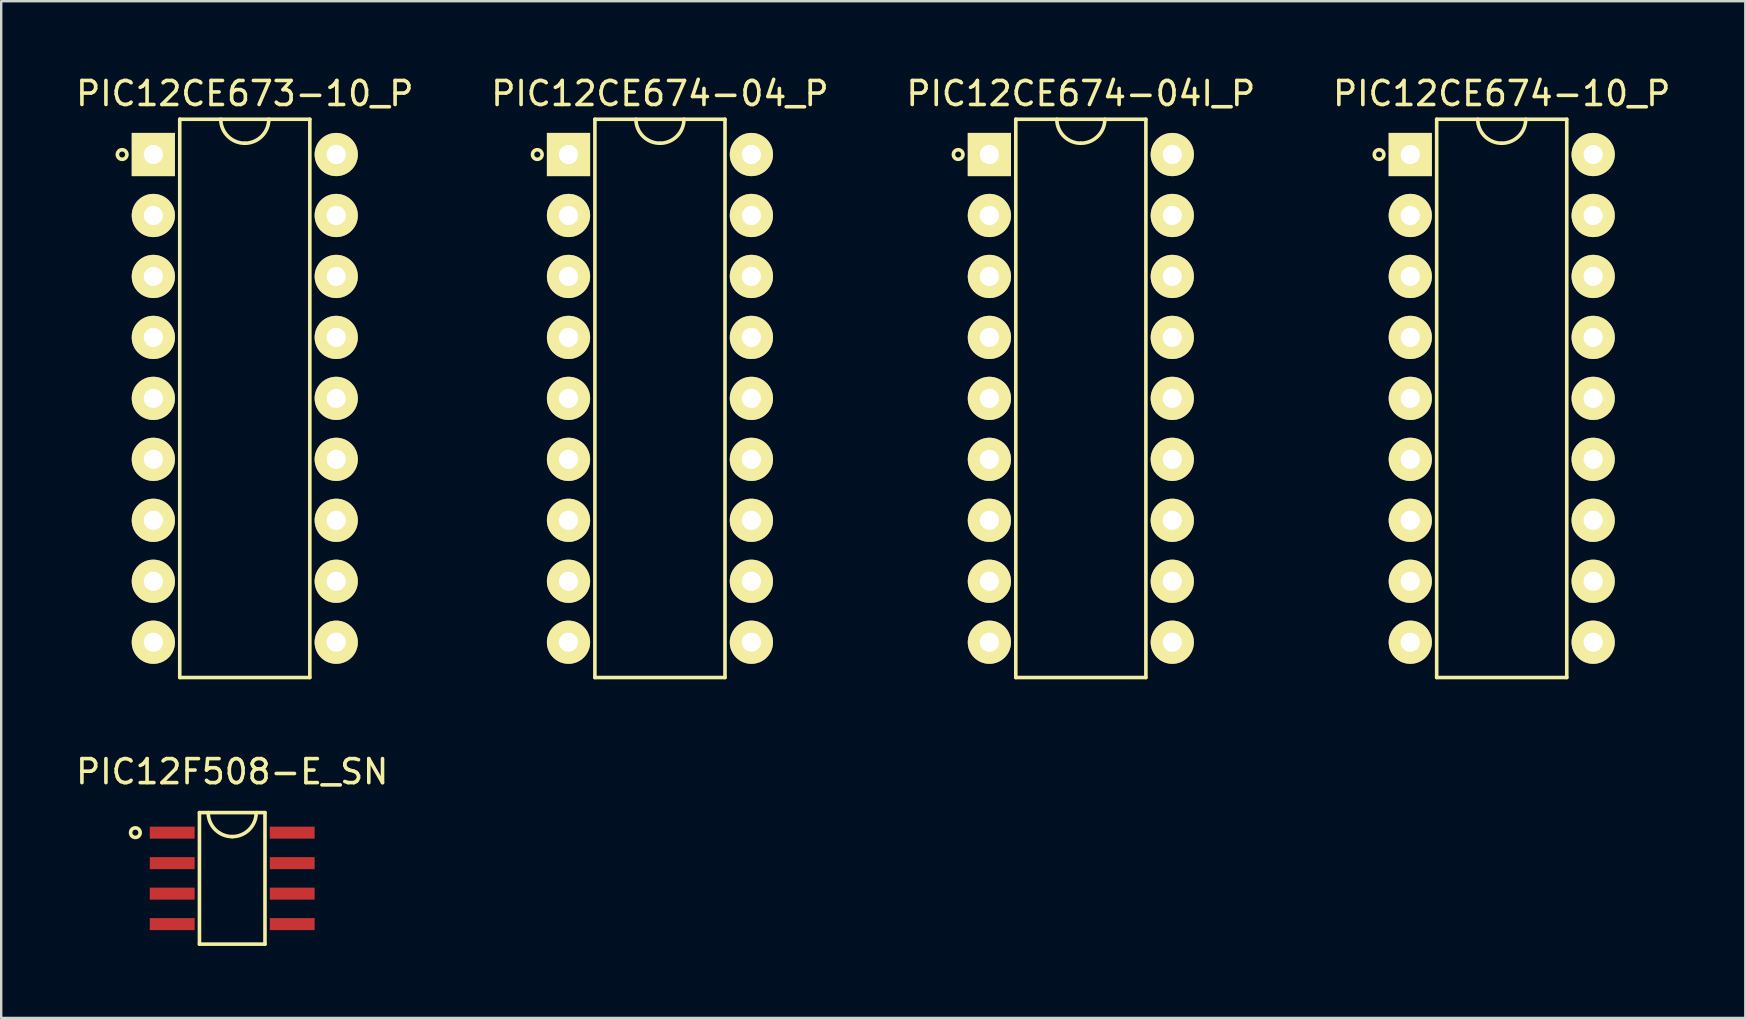
<source format=kicad_pcb>
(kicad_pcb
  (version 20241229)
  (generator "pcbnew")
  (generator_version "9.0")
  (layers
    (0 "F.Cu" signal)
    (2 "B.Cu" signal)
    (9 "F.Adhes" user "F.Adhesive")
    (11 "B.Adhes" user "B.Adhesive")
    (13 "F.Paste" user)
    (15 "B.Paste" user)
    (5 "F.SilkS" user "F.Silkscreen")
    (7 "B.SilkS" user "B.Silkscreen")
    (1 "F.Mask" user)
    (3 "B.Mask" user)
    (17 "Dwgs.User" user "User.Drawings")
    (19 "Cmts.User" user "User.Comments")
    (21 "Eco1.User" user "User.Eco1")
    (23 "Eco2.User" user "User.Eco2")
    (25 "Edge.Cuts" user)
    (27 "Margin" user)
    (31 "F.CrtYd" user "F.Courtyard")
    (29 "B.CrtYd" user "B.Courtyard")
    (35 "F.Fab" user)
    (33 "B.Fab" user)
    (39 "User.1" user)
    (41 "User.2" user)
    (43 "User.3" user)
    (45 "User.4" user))
  (footprint "PIC12CE674-10_P"
    (layer "F.Cu")
    (at 55.708 3.388)
    (property "Reference" "PIC12CE674-10_P" (at 3.81 -2.54 0) (layer "F.SilkS") (effects (font (size 1 1) (thickness 0.15))))
    (attr through_hole)
    (fp_line (start 1.1 -1.47) (end 6.52 -1.47) (stroke (width 0.15) (type solid)) (layer "F.SilkS"))
    (fp_line (start 1.1 21.79) (end 1.1 -1.47) (stroke (width 0.15) (type solid)) (layer "F.SilkS"))
    (fp_line (start 6.52 -1.47) (end 6.52 21.79) (stroke (width 0.15) (type solid)) (layer "F.SilkS"))
    (fp_line (start 6.52 21.79) (end 1.1 21.79) (stroke (width 0.15) (type solid)) (layer "F.SilkS"))
    (fp_arc (start 3.81 -0.47) (mid 3.102893 -0.762893) (end 2.81 -1.47) (stroke (width 0.15) (type solid)) (layer "F.SilkS"))
    (fp_arc (start 4.81 -1.47) (mid 4.517107 -0.762893) (end 3.81 -0.47) (stroke (width 0.15) (type solid)) (layer "F.SilkS"))
    (fp_circle (center -1.3 0) (end -1.3 0.2) (stroke (width 0.15) (type solid)) (fill no) (layer "F.SilkS"))
    (pad "1" thru_hole rect (at 0 0) (size 1.8 1.8) (drill 0.8) (layers "*.Cu" "*.Mask" "F.SilkS"))
    (pad "2" thru_hole circle (at 0 2.54) (size 1.8 1.8) (drill 0.8) (layers "*.Cu" "*.Mask" "F.SilkS"))
    (pad "3" thru_hole circle (at 0 5.08) (size 1.8 1.8) (drill 0.8) (layers "*.Cu" "*.Mask" "F.SilkS"))
    (pad "4" thru_hole circle (at 0 7.62) (size 1.8 1.8) (drill 0.8) (layers "*.Cu" "*.Mask" "F.SilkS"))
    (pad "5" thru_hole circle (at 0 10.16) (size 1.8 1.8) (drill 0.8) (layers "*.Cu" "*.Mask" "F.SilkS"))
    (pad "6" thru_hole circle (at 0 12.7) (size 1.8 1.8) (drill 0.8) (layers "*.Cu" "*.Mask" "F.SilkS"))
    (pad "7" thru_hole circle (at 0 15.24) (size 1.8 1.8) (drill 0.8) (layers "*.Cu" "*.Mask" "F.SilkS"))
    (pad "8" thru_hole circle (at 0 17.78) (size 1.8 1.8) (drill 0.8) (layers "*.Cu" "*.Mask" "F.SilkS"))
    (pad "9" thru_hole circle (at 0 20.32) (size 1.8 1.8) (drill 0.8) (layers "*.Cu" "*.Mask" "F.SilkS"))
    (pad "10" thru_hole circle (at 7.62 20.32) (size 1.8 1.8) (drill 0.8) (layers "*.Cu" "*.Mask" "F.SilkS"))
    (pad "11" thru_hole circle (at 7.62 17.78) (size 1.8 1.8) (drill 0.8) (layers "*.Cu" "*.Mask" "F.SilkS"))
    (pad "12" thru_hole circle (at 7.62 15.24) (size 1.8 1.8) (drill 0.8) (layers "*.Cu" "*.Mask" "F.SilkS"))
    (pad "13" thru_hole circle (at 7.62 12.7) (size 1.8 1.8) (drill 0.8) (layers "*.Cu" "*.Mask" "F.SilkS"))
    (pad "14" thru_hole circle (at 7.62 10.16) (size 1.8 1.8) (drill 0.8) (layers "*.Cu" "*.Mask" "F.SilkS"))
    (pad "15" thru_hole circle (at 7.62 7.62) (size 1.8 1.8) (drill 0.8) (layers "*.Cu" "*.Mask" "F.SilkS"))
    (pad "16" thru_hole circle (at 7.62 5.08) (size 1.8 1.8) (drill 0.8) (layers "*.Cu" "*.Mask" "F.SilkS"))
    (pad "17" thru_hole circle (at 7.62 2.54) (size 1.8 1.8) (drill 0.8) (layers "*.Cu" "*.Mask" "F.SilkS"))
    (pad "18" thru_hole circle (at 7.62 0) (size 1.8 1.8) (drill 0.8) (layers "*.Cu" "*.Mask" "F.SilkS")))
  (footprint "PIC12CE673-10_P"
    (layer "F.Cu")
    (at 3.339 3.388)
    (property "Reference" "PIC12CE673-10_P" (at 3.81 -2.54 0) (layer "F.SilkS") (effects (font (size 1 1) (thickness 0.15))))
    (attr through_hole)
    (fp_line (start 1.1 -1.47) (end 6.52 -1.47) (stroke (width 0.15) (type solid)) (layer "F.SilkS"))
    (fp_line (start 1.1 21.79) (end 1.1 -1.47) (stroke (width 0.15) (type solid)) (layer "F.SilkS"))
    (fp_line (start 6.52 -1.47) (end 6.52 21.79) (stroke (width 0.15) (type solid)) (layer "F.SilkS"))
    (fp_line (start 6.52 21.79) (end 1.1 21.79) (stroke (width 0.15) (type solid)) (layer "F.SilkS"))
    (fp_arc (start 3.81 -0.47) (mid 3.102893 -0.762893) (end 2.81 -1.47) (stroke (width 0.15) (type solid)) (layer "F.SilkS"))
    (fp_arc (start 4.81 -1.47) (mid 4.517107 -0.762893) (end 3.81 -0.47) (stroke (width 0.15) (type solid)) (layer "F.SilkS"))
    (fp_circle (center -1.3 0) (end -1.3 0.2) (stroke (width 0.15) (type solid)) (fill no) (layer "F.SilkS"))
    (pad "1" thru_hole rect (at 0 0) (size 1.8 1.8) (drill 0.8) (layers "*.Cu" "*.Mask" "F.SilkS"))
    (pad "2" thru_hole circle (at 0 2.54) (size 1.8 1.8) (drill 0.8) (layers "*.Cu" "*.Mask" "F.SilkS"))
    (pad "3" thru_hole circle (at 0 5.08) (size 1.8 1.8) (drill 0.8) (layers "*.Cu" "*.Mask" "F.SilkS"))
    (pad "4" thru_hole circle (at 0 7.62) (size 1.8 1.8) (drill 0.8) (layers "*.Cu" "*.Mask" "F.SilkS"))
    (pad "5" thru_hole circle (at 0 10.16) (size 1.8 1.8) (drill 0.8) (layers "*.Cu" "*.Mask" "F.SilkS"))
    (pad "6" thru_hole circle (at 0 12.7) (size 1.8 1.8) (drill 0.8) (layers "*.Cu" "*.Mask" "F.SilkS"))
    (pad "7" thru_hole circle (at 0 15.24) (size 1.8 1.8) (drill 0.8) (layers "*.Cu" "*.Mask" "F.SilkS"))
    (pad "8" thru_hole circle (at 0 17.78) (size 1.8 1.8) (drill 0.8) (layers "*.Cu" "*.Mask" "F.SilkS"))
    (pad "9" thru_hole circle (at 0 20.32) (size 1.8 1.8) (drill 0.8) (layers "*.Cu" "*.Mask" "F.SilkS"))
    (pad "10" thru_hole circle (at 7.62 20.32) (size 1.8 1.8) (drill 0.8) (layers "*.Cu" "*.Mask" "F.SilkS"))
    (pad "11" thru_hole circle (at 7.62 17.78) (size 1.8 1.8) (drill 0.8) (layers "*.Cu" "*.Mask" "F.SilkS"))
    (pad "12" thru_hole circle (at 7.62 15.24) (size 1.8 1.8) (drill 0.8) (layers "*.Cu" "*.Mask" "F.SilkS"))
    (pad "13" thru_hole circle (at 7.62 12.7) (size 1.8 1.8) (drill 0.8) (layers "*.Cu" "*.Mask" "F.SilkS"))
    (pad "14" thru_hole circle (at 7.62 10.16) (size 1.8 1.8) (drill 0.8) (layers "*.Cu" "*.Mask" "F.SilkS"))
    (pad "15" thru_hole circle (at 7.62 7.62) (size 1.8 1.8) (drill 0.8) (layers "*.Cu" "*.Mask" "F.SilkS"))
    (pad "16" thru_hole circle (at 7.62 5.08) (size 1.8 1.8) (drill 0.8) (layers "*.Cu" "*.Mask" "F.SilkS"))
    (pad "17" thru_hole circle (at 7.62 2.54) (size 1.8 1.8) (drill 0.8) (layers "*.Cu" "*.Mask" "F.SilkS"))
    (pad "18" thru_hole circle (at 7.62 0) (size 1.8 1.8) (drill 0.8) (layers "*.Cu" "*.Mask" "F.SilkS")))
  (footprint "PIC12F508-E_SN"
    (layer "F.Cu")
    (at 4.125 31.642)
    (property "Reference" "PIC12F508-E_SN" (at 2.5 -2.54 0) (layer "F.SilkS") (effects (font (size 1 1) (thickness 0.15))))
    (attr through_hole)
    (fp_line (start 1.135 -0.835) (end 3.865 -0.835) (stroke (width 0.15) (type solid)) (layer "F.SilkS"))
    (fp_line (start 1.135 4.645) (end 1.135 -0.835) (stroke (width 0.15) (type solid)) (layer "F.SilkS"))
    (fp_line (start 3.865 -0.835) (end 3.865 4.645) (stroke (width 0.15) (type solid)) (layer "F.SilkS"))
    (fp_line (start 3.865 4.645) (end 1.135 4.645) (stroke (width 0.15) (type solid)) (layer "F.SilkS"))
    (fp_arc (start 2.5 0.165) (mid 1.792893 -0.127893) (end 1.5 -0.835) (stroke (width 0.15) (type solid)) (layer "F.SilkS"))
    (fp_arc (start 3.5 -0.835) (mid 3.207107 -0.127893) (end 2.5 0.165) (stroke (width 0.15) (type solid)) (layer "F.SilkS"))
    (fp_circle (center -1.535 0) (end -1.535 0.2) (stroke (width 0.15) (type solid)) (fill no) (layer "F.SilkS"))
    (pad "1" smd rect (at 0 0) (size 1.87 0.5) (layers "F.Cu" "F.Mask" "F.Paste"))
    (pad "2" smd rect (at 0 1.27) (size 1.87 0.5) (layers "F.Cu" "F.Mask" "F.Paste"))
    (pad "3" smd rect (at 0 2.54) (size 1.87 0.5) (layers "F.Cu" "F.Mask" "F.Paste"))
    (pad "4" smd rect (at 0 3.81) (size 1.87 0.5) (layers "F.Cu" "F.Mask" "F.Paste"))
    (pad "5" smd rect (at 5 3.81) (size 1.87 0.5) (layers "F.Cu" "F.Mask" "F.Paste"))
    (pad "6" smd rect (at 5 2.54) (size 1.87 0.5) (layers "F.Cu" "F.Mask" "F.Paste"))
    (pad "7" smd rect (at 5 1.27) (size 1.87 0.5) (layers "F.Cu" "F.Mask" "F.Paste"))
    (pad "8" smd rect (at 5 0) (size 1.87 0.5) (layers "F.Cu" "F.Mask" "F.Paste")))
  (footprint "PIC12CE674-04I_P"
    (layer "F.Cu")
    (at 38.172 3.388)
    (property "Reference" "PIC12CE674-04I_P" (at 3.81 -2.54 0) (layer "F.SilkS") (effects (font (size 1 1) (thickness 0.15))))
    (attr through_hole)
    (fp_line (start 1.1 -1.47) (end 6.52 -1.47) (stroke (width 0.15) (type solid)) (layer "F.SilkS"))
    (fp_line (start 1.1 21.79) (end 1.1 -1.47) (stroke (width 0.15) (type solid)) (layer "F.SilkS"))
    (fp_line (start 6.52 -1.47) (end 6.52 21.79) (stroke (width 0.15) (type solid)) (layer "F.SilkS"))
    (fp_line (start 6.52 21.79) (end 1.1 21.79) (stroke (width 0.15) (type solid)) (layer "F.SilkS"))
    (fp_arc (start 3.81 -0.47) (mid 3.102893 -0.762893) (end 2.81 -1.47) (stroke (width 0.15) (type solid)) (layer "F.SilkS"))
    (fp_arc (start 4.81 -1.47) (mid 4.517107 -0.762893) (end 3.81 -0.47) (stroke (width 0.15) (type solid)) (layer "F.SilkS"))
    (fp_circle (center -1.3 0) (end -1.3 0.2) (stroke (width 0.15) (type solid)) (fill no) (layer "F.SilkS"))
    (pad "1" thru_hole rect (at 0 0) (size 1.8 1.8) (drill 0.8) (layers "*.Cu" "*.Mask" "F.SilkS"))
    (pad "2" thru_hole circle (at 0 2.54) (size 1.8 1.8) (drill 0.8) (layers "*.Cu" "*.Mask" "F.SilkS"))
    (pad "3" thru_hole circle (at 0 5.08) (size 1.8 1.8) (drill 0.8) (layers "*.Cu" "*.Mask" "F.SilkS"))
    (pad "4" thru_hole circle (at 0 7.62) (size 1.8 1.8) (drill 0.8) (layers "*.Cu" "*.Mask" "F.SilkS"))
    (pad "5" thru_hole circle (at 0 10.16) (size 1.8 1.8) (drill 0.8) (layers "*.Cu" "*.Mask" "F.SilkS"))
    (pad "6" thru_hole circle (at 0 12.7) (size 1.8 1.8) (drill 0.8) (layers "*.Cu" "*.Mask" "F.SilkS"))
    (pad "7" thru_hole circle (at 0 15.24) (size 1.8 1.8) (drill 0.8) (layers "*.Cu" "*.Mask" "F.SilkS"))
    (pad "8" thru_hole circle (at 0 17.78) (size 1.8 1.8) (drill 0.8) (layers "*.Cu" "*.Mask" "F.SilkS"))
    (pad "9" thru_hole circle (at 0 20.32) (size 1.8 1.8) (drill 0.8) (layers "*.Cu" "*.Mask" "F.SilkS"))
    (pad "10" thru_hole circle (at 7.62 20.32) (size 1.8 1.8) (drill 0.8) (layers "*.Cu" "*.Mask" "F.SilkS"))
    (pad "11" thru_hole circle (at 7.62 17.78) (size 1.8 1.8) (drill 0.8) (layers "*.Cu" "*.Mask" "F.SilkS"))
    (pad "12" thru_hole circle (at 7.62 15.24) (size 1.8 1.8) (drill 0.8) (layers "*.Cu" "*.Mask" "F.SilkS"))
    (pad "13" thru_hole circle (at 7.62 12.7) (size 1.8 1.8) (drill 0.8) (layers "*.Cu" "*.Mask" "F.SilkS"))
    (pad "14" thru_hole circle (at 7.62 10.16) (size 1.8 1.8) (drill 0.8) (layers "*.Cu" "*.Mask" "F.SilkS"))
    (pad "15" thru_hole circle (at 7.62 7.62) (size 1.8 1.8) (drill 0.8) (layers "*.Cu" "*.Mask" "F.SilkS"))
    (pad "16" thru_hole circle (at 7.62 5.08) (size 1.8 1.8) (drill 0.8) (layers "*.Cu" "*.Mask" "F.SilkS"))
    (pad "17" thru_hole circle (at 7.62 2.54) (size 1.8 1.8) (drill 0.8) (layers "*.Cu" "*.Mask" "F.SilkS"))
    (pad "18" thru_hole circle (at 7.62 0) (size 1.8 1.8) (drill 0.8) (layers "*.Cu" "*.Mask" "F.SilkS")))
  (footprint "PIC12CE674-04_P"
    (layer "F.Cu")
    (at 20.636 3.388)
    (property "Reference" "PIC12CE674-04_P" (at 3.81 -2.54 0) (layer "F.SilkS") (effects (font (size 1 1) (thickness 0.15))))
    (attr through_hole)
    (fp_line (start 1.1 -1.47) (end 6.52 -1.47) (stroke (width 0.15) (type solid)) (layer "F.SilkS"))
    (fp_line (start 1.1 21.79) (end 1.1 -1.47) (stroke (width 0.15) (type solid)) (layer "F.SilkS"))
    (fp_line (start 6.52 -1.47) (end 6.52 21.79) (stroke (width 0.15) (type solid)) (layer "F.SilkS"))
    (fp_line (start 6.52 21.79) (end 1.1 21.79) (stroke (width 0.15) (type solid)) (layer "F.SilkS"))
    (fp_arc (start 3.81 -0.47) (mid 3.102893 -0.762893) (end 2.81 -1.47) (stroke (width 0.15) (type solid)) (layer "F.SilkS"))
    (fp_arc (start 4.81 -1.47) (mid 4.517107 -0.762893) (end 3.81 -0.47) (stroke (width 0.15) (type solid)) (layer "F.SilkS"))
    (fp_circle (center -1.3 0) (end -1.3 0.2) (stroke (width 0.15) (type solid)) (fill no) (layer "F.SilkS"))
    (pad "1" thru_hole rect (at 0 0) (size 1.8 1.8) (drill 0.8) (layers "*.Cu" "*.Mask" "F.SilkS"))
    (pad "2" thru_hole circle (at 0 2.54) (size 1.8 1.8) (drill 0.8) (layers "*.Cu" "*.Mask" "F.SilkS"))
    (pad "3" thru_hole circle (at 0 5.08) (size 1.8 1.8) (drill 0.8) (layers "*.Cu" "*.Mask" "F.SilkS"))
    (pad "4" thru_hole circle (at 0 7.62) (size 1.8 1.8) (drill 0.8) (layers "*.Cu" "*.Mask" "F.SilkS"))
    (pad "5" thru_hole circle (at 0 10.16) (size 1.8 1.8) (drill 0.8) (layers "*.Cu" "*.Mask" "F.SilkS"))
    (pad "6" thru_hole circle (at 0 12.7) (size 1.8 1.8) (drill 0.8) (layers "*.Cu" "*.Mask" "F.SilkS"))
    (pad "7" thru_hole circle (at 0 15.24) (size 1.8 1.8) (drill 0.8) (layers "*.Cu" "*.Mask" "F.SilkS"))
    (pad "8" thru_hole circle (at 0 17.78) (size 1.8 1.8) (drill 0.8) (layers "*.Cu" "*.Mask" "F.SilkS"))
    (pad "9" thru_hole circle (at 0 20.32) (size 1.8 1.8) (drill 0.8) (layers "*.Cu" "*.Mask" "F.SilkS"))
    (pad "10" thru_hole circle (at 7.62 20.32) (size 1.8 1.8) (drill 0.8) (layers "*.Cu" "*.Mask" "F.SilkS"))
    (pad "11" thru_hole circle (at 7.62 17.78) (size 1.8 1.8) (drill 0.8) (layers "*.Cu" "*.Mask" "F.SilkS"))
    (pad "12" thru_hole circle (at 7.62 15.24) (size 1.8 1.8) (drill 0.8) (layers "*.Cu" "*.Mask" "F.SilkS"))
    (pad "13" thru_hole circle (at 7.62 12.7) (size 1.8 1.8) (drill 0.8) (layers "*.Cu" "*.Mask" "F.SilkS"))
    (pad "14" thru_hole circle (at 7.62 10.16) (size 1.8 1.8) (drill 0.8) (layers "*.Cu" "*.Mask" "F.SilkS"))
    (pad "15" thru_hole circle (at 7.62 7.62) (size 1.8 1.8) (drill 0.8) (layers "*.Cu" "*.Mask" "F.SilkS"))
    (pad "16" thru_hole circle (at 7.62 5.08) (size 1.8 1.8) (drill 0.8) (layers "*.Cu" "*.Mask" "F.SilkS"))
    (pad "17" thru_hole circle (at 7.62 2.54) (size 1.8 1.8) (drill 0.8) (layers "*.Cu" "*.Mask" "F.SilkS"))
    (pad "18" thru_hole circle (at 7.62 0) (size 1.8 1.8) (drill 0.8) (layers "*.Cu" "*.Mask" "F.SilkS")))
  (gr_rect
    (start -3 -3)
    (end 69.667 39.361)
    (stroke (width 0.1) (type default))
    (fill no)
    (layer "Edge.Cuts")))
</source>
